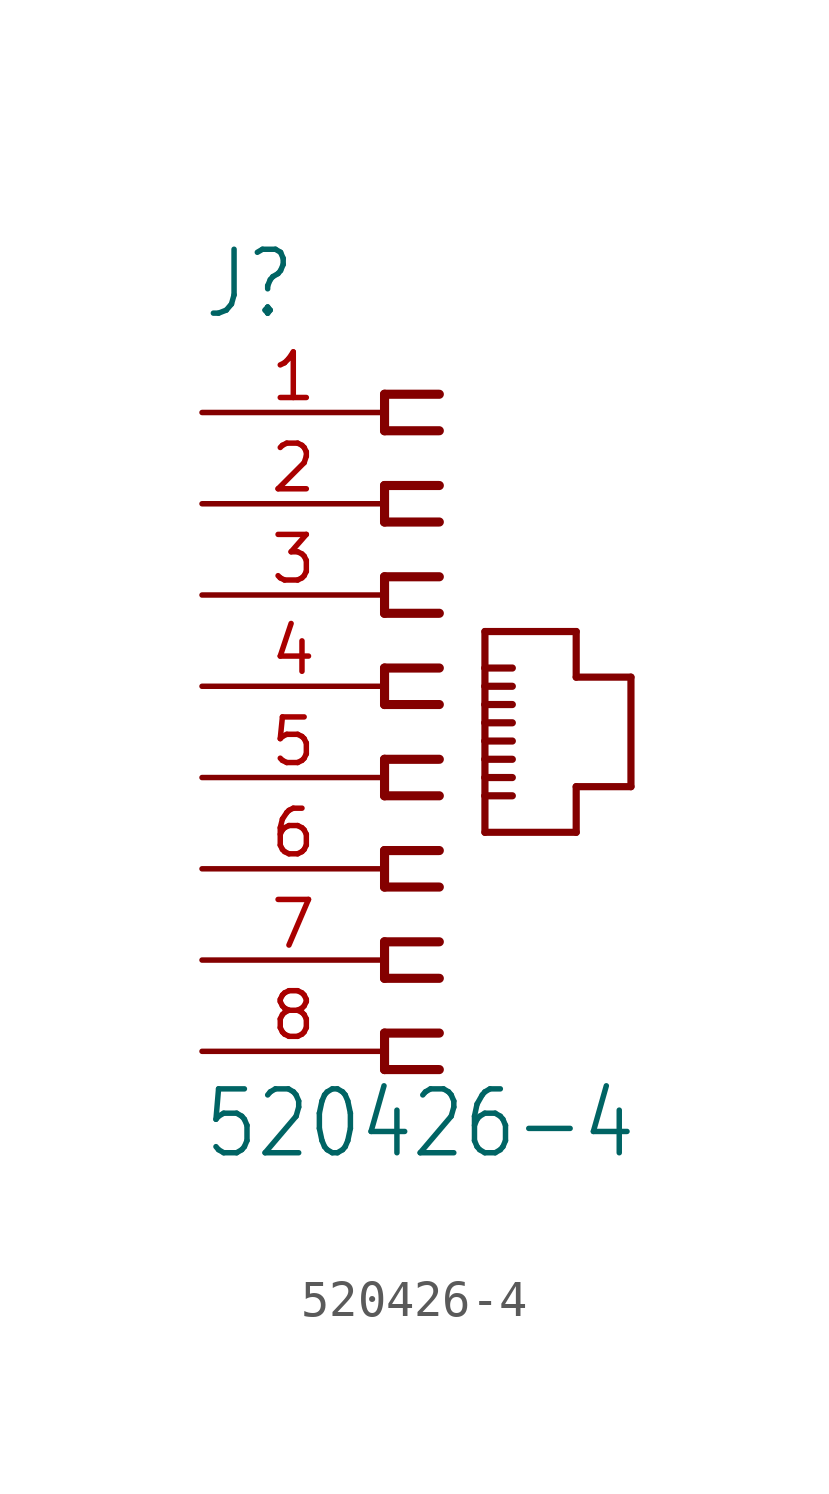
<source format=kicad_sym>
(kicad_symbol_lib
  (version 20211014)
  (generator kicad_symbol_editor)
  (symbol "520426-4"
    (property "Reference" "J"
      (at -5.08 10.16 0)
      (effects (font (size 1.778 1.511)) (justify left bottom)))
    (property "Value" "520426-4"
      (at -5.08 -13.208 0)
      (effects (font (size 1.778 1.511)) (justify left bottom)))
    (property "ki_locked" ""
      (at 0 0 0)
      (effects (font (size 1.27 1.27))))
    (symbol "520426-4_1_0"
      (polyline (pts (xy 0 -10.668) (xy 1.524 -10.668)) (stroke (width 0.254) (type default) (color 0 0 0 0)) (fill (type none)))
      (polyline (pts (xy 0 -9.652) (xy 0 -10.668)) (stroke (width 0.254) (type default) (color 0 0 0 0)) (fill (type none)))
      (polyline (pts (xy 0 -8.128) (xy 1.524 -8.128)) (stroke (width 0.254) (type default) (color 0 0 0 0)) (fill (type none)))
      (polyline (pts (xy 0 -7.112) (xy 0 -8.128)) (stroke (width 0.254) (type default) (color 0 0 0 0)) (fill (type none)))
      (polyline (pts (xy 0 -5.588) (xy 1.524 -5.588)) (stroke (width 0.254) (type default) (color 0 0 0 0)) (fill (type none)))
      (polyline (pts (xy 0 -4.572) (xy 0 -5.588)) (stroke (width 0.254) (type default) (color 0 0 0 0)) (fill (type none)))
      (polyline (pts (xy 0 -3.048) (xy 1.524 -3.048)) (stroke (width 0.254) (type default) (color 0 0 0 0)) (fill (type none)))
      (polyline (pts (xy 0 -2.032) (xy 0 -3.048)) (stroke (width 0.254) (type default) (color 0 0 0 0)) (fill (type none)))
      (polyline (pts (xy 0 -0.508) (xy 1.524 -0.508)) (stroke (width 0.254) (type default) (color 0 0 0 0)) (fill (type none)))
      (polyline (pts (xy 0 0.508) (xy 0 -0.508)) (stroke (width 0.254) (type default) (color 0 0 0 0)) (fill (type none)))
      (polyline (pts (xy 0 2.032) (xy 1.524 2.032)) (stroke (width 0.254) (type default) (color 0 0 0 0)) (fill (type none)))
      (polyline (pts (xy 0 3.048) (xy 0 2.032)) (stroke (width 0.254) (type default) (color 0 0 0 0)) (fill (type none)))
      (polyline (pts (xy 0 4.572) (xy 1.524 4.572)) (stroke (width 0.254) (type default) (color 0 0 0 0)) (fill (type none)))
      (polyline (pts (xy 0 5.588) (xy 0 4.572)) (stroke (width 0.254) (type default) (color 0 0 0 0)) (fill (type none)))
      (polyline (pts (xy 0 7.112) (xy 1.524 7.112)) (stroke (width 0.254) (type default) (color 0 0 0 0)) (fill (type none)))
      (polyline (pts (xy 0 8.128) (xy 0 7.112)) (stroke (width 0.254) (type default) (color 0 0 0 0)) (fill (type none)))
      (polyline (pts (xy 1.524 -9.652) (xy 0 -9.652)) (stroke (width 0.254) (type default) (color 0 0 0 0)) (fill (type none)))
      (polyline (pts (xy 1.524 -7.112) (xy 0 -7.112)) (stroke (width 0.254) (type default) (color 0 0 0 0)) (fill (type none)))
      (polyline (pts (xy 1.524 -4.572) (xy 0 -4.572)) (stroke (width 0.254) (type default) (color 0 0 0 0)) (fill (type none)))
      (polyline (pts (xy 1.524 -2.032) (xy 0 -2.032)) (stroke (width 0.254) (type default) (color 0 0 0 0)) (fill (type none)))
      (polyline (pts (xy 1.524 0.508) (xy 0 0.508)) (stroke (width 0.254) (type default) (color 0 0 0 0)) (fill (type none)))
      (polyline (pts (xy 1.524 3.048) (xy 0 3.048)) (stroke (width 0.254) (type default) (color 0 0 0 0)) (fill (type none)))
      (polyline (pts (xy 1.524 5.588) (xy 0 5.588)) (stroke (width 0.254) (type default) (color 0 0 0 0)) (fill (type none)))
      (polyline (pts (xy 1.524 8.128) (xy 0 8.128)) (stroke (width 0.254) (type default) (color 0 0 0 0)) (fill (type none)))
      (polyline (pts (xy 2.794 -4.064) (xy 5.334 -4.064)) (stroke (width 0.2) (type default) (color 0 0 0 0)) (fill (type none)))
      (polyline (pts (xy 2.794 -3.048) (xy 2.794 -4.064)) (stroke (width 0.2) (type default) (color 0 0 0 0)) (fill (type none)))
      (polyline (pts (xy 2.794 -3.048) (xy 3.556 -3.048)) (stroke (width 0.2) (type default) (color 0 0 0 0)) (fill (type none)))
      (polyline (pts (xy 2.794 -2.54) (xy 2.794 -3.048)) (stroke (width 0.2) (type default) (color 0 0 0 0)) (fill (type none)))
      (polyline (pts (xy 2.794 -2.54) (xy 3.556 -2.54)) (stroke (width 0.2) (type default) (color 0 0 0 0)) (fill (type none)))
      (polyline (pts (xy 2.794 -2.032) (xy 2.794 -2.54)) (stroke (width 0.2) (type default) (color 0 0 0 0)) (fill (type none)))
      (polyline (pts (xy 2.794 -2.032) (xy 3.556 -2.032)) (stroke (width 0.2) (type default) (color 0 0 0 0)) (fill (type none)))
      (polyline (pts (xy 2.794 -1.524) (xy 2.794 -2.032)) (stroke (width 0.2) (type default) (color 0 0 0 0)) (fill (type none)))
      (polyline (pts (xy 2.794 -1.524) (xy 3.556 -1.524)) (stroke (width 0.2) (type default) (color 0 0 0 0)) (fill (type none)))
      (polyline (pts (xy 2.794 -1.016) (xy 2.794 -1.524)) (stroke (width 0.2) (type default) (color 0 0 0 0)) (fill (type none)))
      (polyline (pts (xy 2.794 -1.016) (xy 3.556 -1.016)) (stroke (width 0.2) (type default) (color 0 0 0 0)) (fill (type none)))
      (polyline (pts (xy 2.794 -0.508) (xy 2.794 -1.016)) (stroke (width 0.2) (type default) (color 0 0 0 0)) (fill (type none)))
      (polyline (pts (xy 2.794 -0.508) (xy 3.556 -0.508)) (stroke (width 0.2) (type default) (color 0 0 0 0)) (fill (type none)))
      (polyline (pts (xy 2.794 0) (xy 2.794 -0.508)) (stroke (width 0.2) (type default) (color 0 0 0 0)) (fill (type none)))
      (polyline (pts (xy 2.794 0) (xy 3.556 0)) (stroke (width 0.2) (type default) (color 0 0 0 0)) (fill (type none)))
      (polyline (pts (xy 2.794 0.508) (xy 2.794 0)) (stroke (width 0.2) (type default) (color 0 0 0 0)) (fill (type none)))
      (polyline (pts (xy 2.794 0.508) (xy 3.556 0.508)) (stroke (width 0.2) (type default) (color 0 0 0 0)) (fill (type none)))
      (polyline (pts (xy 2.794 1.524) (xy 2.794 0.508)) (stroke (width 0.2) (type default) (color 0 0 0 0)) (fill (type none)))
      (polyline (pts (xy 5.334 -4.064) (xy 5.334 -2.794)) (stroke (width 0.2) (type default) (color 0 0 0 0)) (fill (type none)))
      (polyline (pts (xy 5.334 -2.794) (xy 6.858 -2.794)) (stroke (width 0.2) (type default) (color 0 0 0 0)) (fill (type none)))
      (polyline (pts (xy 5.334 0.254) (xy 5.334 1.524)) (stroke (width 0.2) (type default) (color 0 0 0 0)) (fill (type none)))
      (polyline (pts (xy 5.334 1.524) (xy 2.794 1.524)) (stroke (width 0.2) (type default) (color 0 0 0 0)) (fill (type none)))
      (polyline (pts (xy 6.858 -2.794) (xy 6.858 0.254)) (stroke (width 0.2) (type default) (color 0 0 0 0)) (fill (type none)))
      (polyline (pts (xy 6.858 0.254) (xy 5.334 0.254)) (stroke (width 0.2) (type default) (color 0 0 0 0)) (fill (type none)))
      (pin passive line (at -5.08 7.62 0) (length 5.08) (name "1" (effects (font (size 0 0)))) (number "1" (effects (font (size 1.27 1.27)))))
      (pin passive line (at -5.08 5.08 0) (length 5.08) (name "2" (effects (font (size 0 0)))) (number "2" (effects (font (size 1.27 1.27)))))
      (pin passive line (at -5.08 2.54 0) (length 5.08) (name "3" (effects (font (size 0 0)))) (number "3" (effects (font (size 1.27 1.27)))))
      (pin passive line (at -5.08 0 0) (length 5.08) (name "4" (effects (font (size 0 0)))) (number "4" (effects (font (size 1.27 1.27)))))
      (pin passive line (at -5.08 -2.54 0) (length 5.08) (name "5" (effects (font (size 0 0)))) (number "5" (effects (font (size 1.27 1.27)))))
      (pin passive line (at -5.08 -5.08 0) (length 5.08) (name "6" (effects (font (size 0 0)))) (number "6" (effects (font (size 1.27 1.27)))))
      (pin passive line (at -5.08 -7.62 0) (length 5.08) (name "7" (effects (font (size 0 0)))) (number "7" (effects (font (size 1.27 1.27)))))
      (pin passive line (at -5.08 -10.16 0) (length 5.08) (name "8" (effects (font (size 0 0)))) (number "8" (effects (font (size 1.27 1.27))))))))
</source>
